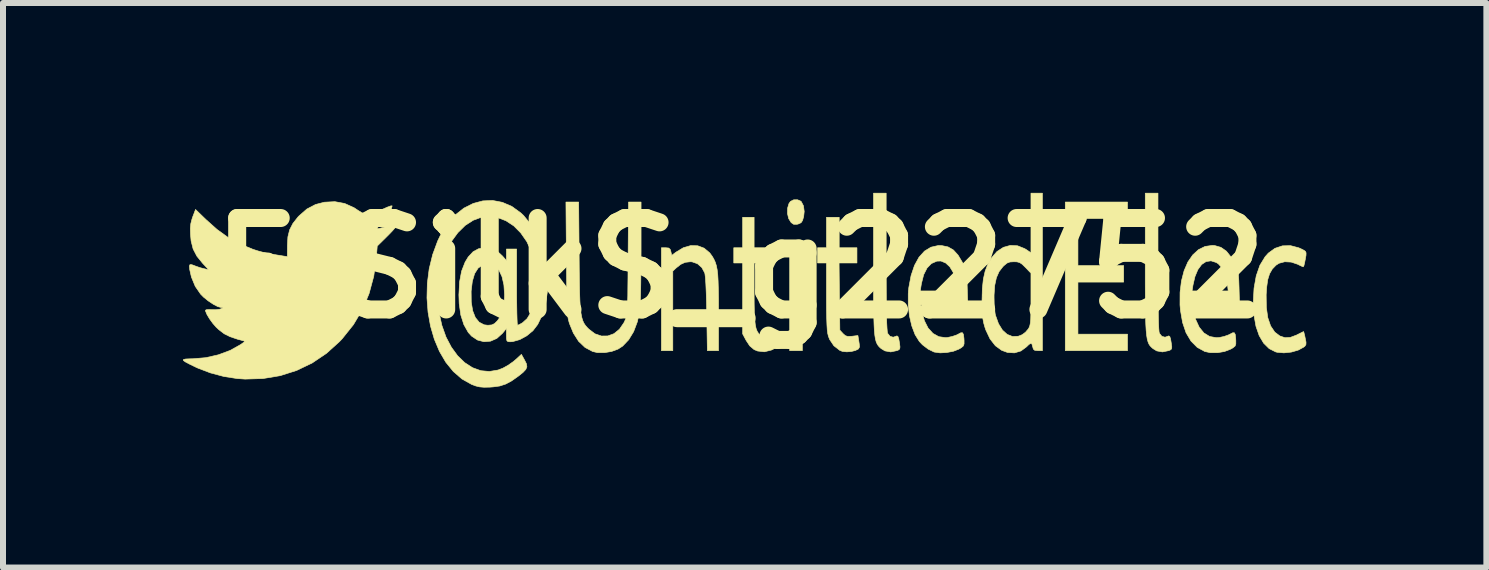
<source format=kicad_pcb>
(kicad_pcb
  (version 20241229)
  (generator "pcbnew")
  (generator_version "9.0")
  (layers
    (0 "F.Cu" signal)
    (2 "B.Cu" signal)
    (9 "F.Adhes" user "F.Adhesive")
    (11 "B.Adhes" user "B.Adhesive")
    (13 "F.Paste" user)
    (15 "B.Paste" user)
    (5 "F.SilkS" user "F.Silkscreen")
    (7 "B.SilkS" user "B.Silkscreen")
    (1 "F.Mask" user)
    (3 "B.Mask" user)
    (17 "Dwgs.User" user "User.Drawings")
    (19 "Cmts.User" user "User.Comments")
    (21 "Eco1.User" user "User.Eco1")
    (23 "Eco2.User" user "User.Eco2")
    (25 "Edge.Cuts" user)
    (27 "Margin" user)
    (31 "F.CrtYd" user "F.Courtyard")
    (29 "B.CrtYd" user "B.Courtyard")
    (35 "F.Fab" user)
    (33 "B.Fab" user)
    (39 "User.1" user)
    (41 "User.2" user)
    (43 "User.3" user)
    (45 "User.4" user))
  (footprint "F.SilkS_g22752"
    (layer "F.Cu")
    (at 9.285 1.418)
    (property "Reference" "F.SilkS_g22752" (at 0 0 0) (layer "F.SilkS") (effects (font (size 1.524 1.524) (thickness 0.3))))
    (attr through_hole)
    (fp_poly (pts (xy 1.037 1.376) (xy 0.826 1.376) (xy 0.826 -0.339) (xy 1.037 -0.339) (xy 1.037 1.376)) (stroke (width 0.01) (type solid)) (fill yes) (layer "F.SilkS"))
    (fp_poly (pts (xy 6.456 -0.826) (xy 5.63 -0.826) (xy 5.63 -0.042) (xy 6.392 -0.042) (xy 6.392 0.233) (xy 5.63 0.233) (xy 5.63 1.101) (xy 6.456 1.101) (xy 6.456 1.376) (xy 5.419 1.376) (xy 5.419 -1.101) (xy 6.456 -1.101) (xy 6.456 -0.826)) (stroke (width 0.01) (type solid)) (fill yes) (layer "F.SilkS"))
    (fp_poly (pts (xy 1.012 -1.115) (xy 1.02 -1.106) (xy 1.056 -1.036) (xy 1.068 -0.943) (xy 1.059 -0.859) (xy 1.04 -0.793) (xy 1.015 -0.756) (xy 0.972 -0.736) (xy 0.949 -0.73) (xy 0.892 -0.73) (xy 0.85 -0.759) (xy 0.809 -0.825) (xy 0.789 -0.91) (xy 0.791 -0.999) (xy 0.814 -1.076) (xy 0.839 -1.111) (xy 0.892 -1.138) (xy 0.956 -1.139) (xy 1.012 -1.115)) (stroke (width 0.01) (type solid)) (fill yes) (layer "F.SilkS"))
    (fp_poly (pts (xy 0.233 -0.339) (xy 0.55 -0.339) (xy 0.55 -0.085) (xy 0.233 -0.085) (xy 0.233 0.407) (xy 0.234 0.591) (xy 0.237 0.737) (xy 0.243 0.851) (xy 0.252 0.938) (xy 0.265 1.003) (xy 0.283 1.051) (xy 0.306 1.087) (xy 0.321 1.105) (xy 0.359 1.132) (xy 0.406 1.14) (xy 0.457 1.135) (xy 0.515 1.129) (xy 0.548 1.137) (xy 0.566 1.167) (xy 0.579 1.228) (xy 0.582 1.244) (xy 0.589 1.301) (xy 0.581 1.332) (xy 0.549 1.353) (xy 0.521 1.366) (xy 0.404 1.395) (xy 0.291 1.382) (xy 0.233 1.358) (xy 0.16 1.296) (xy 0.101 1.207) (xy 0.042 1.096) (xy 0.042 -0.085) (xy -0.106 -0.085) (xy -0.106 -0.339) (xy 0.042 -0.339) (xy 0.042 -0.847) (xy 0.233 -0.847) (xy 0.233 -0.339)) (stroke (width 0.01) (type solid)) (fill yes) (layer "F.SilkS"))
    (fp_poly (pts (xy 1.651 -0.339) (xy 1.947 -0.339) (xy 1.947 -0.085) (xy 1.649 -0.085) (xy 1.655 0.475) (xy 1.662 1.034) (xy 1.714 1.091) (xy 1.753 1.126) (xy 1.793 1.139) (xy 1.852 1.137) (xy 1.865 1.136) (xy 1.963 1.124) (xy 1.976 1.203) (xy 1.985 1.264) (xy 1.989 1.312) (xy 1.989 1.316) (xy 1.971 1.348) (xy 1.921 1.373) (xy 1.853 1.39) (xy 1.778 1.396) (xy 1.707 1.389) (xy 1.662 1.372) (xy 1.562 1.294) (xy 1.491 1.188) (xy 1.471 1.135) (xy 1.46 1.09) (xy 1.452 1.029) (xy 1.447 0.948) (xy 1.443 0.84) (xy 1.44 0.702) (xy 1.439 0.528) (xy 1.439 0.472) (xy 1.439 -0.085) (xy 1.291 -0.085) (xy 1.291 -0.339) (xy 1.439 -0.339) (xy 1.439 -0.847) (xy 1.651 -0.847) (xy 1.651 -0.339)) (stroke (width 0.01) (type solid)) (fill yes) (layer "F.SilkS"))
    (fp_poly (pts (xy 2.434 -0.107) (xy 2.435 0.176) (xy 2.436 0.417) (xy 2.437 0.619) (xy 2.44 0.783) (xy 2.443 0.911) (xy 2.448 1.003) (xy 2.453 1.062) (xy 2.458 1.087) (xy 2.498 1.137) (xy 2.551 1.152) (xy 2.588 1.14) (xy 2.614 1.13) (xy 2.631 1.142) (xy 2.644 1.181) (xy 2.657 1.254) (xy 2.664 1.315) (xy 2.659 1.348) (xy 2.637 1.366) (xy 2.615 1.375) (xy 2.51 1.397) (xy 2.414 1.38) (xy 2.351 1.342) (xy 2.325 1.319) (xy 2.303 1.295) (xy 2.284 1.266) (xy 2.268 1.23) (xy 2.255 1.182) (xy 2.245 1.12) (xy 2.237 1.04) (xy 2.232 0.938) (xy 2.228 0.813) (xy 2.225 0.659) (xy 2.223 0.474) (xy 2.223 0.254) (xy 2.223 -0.003) (xy 2.223 -0.089) (xy 2.223 -1.249) (xy 2.434 -1.249) (xy 2.434 -0.107)) (stroke (width 0.01) (type solid)) (fill yes) (layer "F.SilkS"))
    (fp_poly (pts (xy 6.964 -0.107) (xy 6.964 0.176) (xy 6.965 0.417) (xy 6.967 0.619) (xy 6.97 0.783) (xy 6.973 0.911) (xy 6.977 1.003) (xy 6.982 1.062) (xy 6.988 1.087) (xy 7.028 1.137) (xy 7.081 1.152) (xy 7.118 1.14) (xy 7.144 1.13) (xy 7.161 1.142) (xy 7.174 1.181) (xy 7.186 1.254) (xy 7.194 1.315) (xy 7.189 1.348) (xy 7.167 1.366) (xy 7.145 1.375) (xy 7.039 1.397) (xy 6.943 1.38) (xy 6.881 1.342) (xy 6.855 1.319) (xy 6.832 1.295) (xy 6.813 1.266) (xy 6.798 1.23) (xy 6.785 1.182) (xy 6.775 1.12) (xy 6.767 1.04) (xy 6.761 0.938) (xy 6.757 0.813) (xy 6.755 0.659) (xy 6.753 0.474) (xy 6.752 0.254) (xy 6.752 -0.003) (xy 6.752 -0.089) (xy 6.752 -1.249) (xy 6.964 -1.249) (xy 6.964 -0.107)) (stroke (width 0.01) (type solid)) (fill yes) (layer "F.SilkS"))
    (fp_poly (pts (xy -0.707 -0.372) (xy -0.6 -0.332) (xy -0.507 -0.254) (xy -0.466 -0.198) (xy -0.438 -0.15) (xy -0.415 -0.1) (xy -0.397 -0.044) (xy -0.383 0.025) (xy -0.373 0.109) (xy -0.367 0.216) (xy -0.363 0.349) (xy -0.36 0.514) (xy -0.36 0.716) (xy -0.36 0.742) (xy -0.36 1.376) (xy -0.546 1.376) (xy -0.556 0.767) (xy -0.56 0.574) (xy -0.565 0.407) (xy -0.571 0.27) (xy -0.578 0.166) (xy -0.586 0.099) (xy -0.59 0.081) (xy -0.638 -0.009) (xy -0.711 -0.073) (xy -0.8 -0.104) (xy -0.829 -0.106) (xy -0.916 -0.096) (xy -0.991 -0.062) (xy -1.064 -0.004) (xy -1.122 0.05) (xy -1.122 1.376) (xy -1.312 1.376) (xy -1.312 -0.339) (xy -1.24 -0.339) (xy -1.189 -0.334) (xy -1.164 -0.31) (xy -1.154 -0.275) (xy -1.14 -0.212) (xy -1.071 -0.264) (xy -0.947 -0.339) (xy -0.824 -0.375) (xy -0.707 -0.372)) (stroke (width 0.01) (type solid)) (fill yes) (layer "F.SilkS"))
    (fp_poly (pts (xy 9.31 -0.338) (xy 9.357 -0.317) (xy 9.398 -0.296) (xy 9.422 -0.278) (xy 9.432 -0.254) (xy 9.431 -0.213) (xy 9.419 -0.146) (xy 9.407 -0.085) (xy 9.396 -0.04) (xy 9.385 -0.021) (xy 9.385 -0.021) (xy 9.362 -0.03) (xy 9.315 -0.052) (xy 9.292 -0.064) (xy 9.185 -0.1) (xy 9.077 -0.106) (xy 8.98 -0.08) (xy 8.931 -0.048) (xy 8.869 0.016) (xy 8.824 0.094) (xy 8.793 0.193) (xy 8.775 0.321) (xy 8.767 0.445) (xy 8.77 0.654) (xy 8.794 0.827) (xy 8.841 0.964) (xy 8.91 1.067) (xy 8.996 1.132) (xy 9.081 1.16) (xy 9.17 1.155) (xy 9.274 1.116) (xy 9.283 1.111) (xy 9.341 1.082) (xy 9.38 1.063) (xy 9.391 1.058) (xy 9.397 1.077) (xy 9.409 1.125) (xy 9.418 1.169) (xy 9.431 1.234) (xy 9.43 1.273) (xy 9.415 1.298) (xy 9.393 1.317) (xy 9.301 1.367) (xy 9.186 1.4) (xy 9.063 1.413) (xy 8.95 1.403) (xy 8.926 1.397) (xy 8.817 1.342) (xy 8.725 1.251) (xy 8.651 1.126) (xy 8.597 0.97) (xy 8.564 0.785) (xy 8.552 0.574) (xy 8.552 0.572) (xy 8.565 0.335) (xy 8.602 0.128) (xy 8.663 -0.047) (xy 8.749 -0.188) (xy 8.803 -0.249) (xy 8.913 -0.329) (xy 9.039 -0.371) (xy 9.173 -0.374) (xy 9.31 -0.338)) (stroke (width 0.01) (type solid)) (fill yes) (layer "F.SilkS"))
    (fp_poly (pts (xy 7.907 -0.376) (xy 8.012 -0.346) (xy 8.104 -0.282) (xy 8.185 -0.18) (xy 8.233 -0.096) (xy 8.263 -0.035) (xy 8.284 0.016) (xy 8.298 0.068) (xy 8.306 0.129) (xy 8.311 0.212) (xy 8.315 0.326) (xy 8.315 0.332) (xy 8.323 0.614) (xy 7.536 0.614) (xy 7.548 0.683) (xy 7.59 0.852) (xy 7.651 0.985) (xy 7.729 1.081) (xy 7.825 1.14) (xy 7.937 1.16) (xy 7.985 1.157) (xy 8.065 1.14) (xy 8.141 1.113) (xy 8.163 1.102) (xy 8.209 1.078) (xy 8.237 1.078) (xy 8.252 1.107) (xy 8.259 1.17) (xy 8.261 1.207) (xy 8.261 1.264) (xy 8.249 1.299) (xy 8.214 1.328) (xy 8.174 1.351) (xy 8.073 1.39) (xy 7.956 1.41) (xy 7.838 1.41) (xy 7.744 1.39) (xy 7.618 1.321) (xy 7.514 1.216) (xy 7.432 1.078) (xy 7.374 0.907) (xy 7.339 0.705) (xy 7.331 0.614) (xy 7.332 0.405) (xy 7.335 0.381) (xy 7.532 0.381) (xy 8.134 0.381) (xy 8.12 0.251) (xy 8.093 0.118) (xy 8.041 0.008) (xy 7.97 -0.071) (xy 7.936 -0.093) (xy 7.848 -0.121) (xy 7.766 -0.109) (xy 7.692 -0.06) (xy 7.629 0.025) (xy 7.58 0.142) (xy 7.546 0.289) (xy 7.546 0.291) (xy 7.532 0.381) (xy 7.335 0.381) (xy 7.355 0.215) (xy 7.399 0.045) (xy 7.462 -0.101) (xy 7.543 -0.219) (xy 7.639 -0.307) (xy 7.749 -0.361) (xy 7.87 -0.378) (xy 7.907 -0.376)) (stroke (width 0.01) (type solid)) (fill yes) (layer "F.SilkS"))
    (fp_poly (pts (xy -2.683 -0.196) (xy -2.681 0.044) (xy -2.678 0.246) (xy -2.675 0.413) (xy -2.67 0.55) (xy -2.663 0.661) (xy -2.653 0.748) (xy -2.64 0.818) (xy -2.624 0.873) (xy -2.604 0.917) (xy -2.579 0.955) (xy -2.548 0.991) (xy -2.521 1.018) (xy -2.42 1.095) (xy -2.312 1.132) (xy -2.205 1.131) (xy -2.102 1.093) (xy -2.011 1.019) (xy -1.937 0.911) (xy -1.924 0.884) (xy -1.912 0.857) (xy -1.902 0.831) (xy -1.894 0.801) (xy -1.887 0.764) (xy -1.882 0.715) (xy -1.878 0.651) (xy -1.875 0.567) (xy -1.872 0.46) (xy -1.871 0.324) (xy -1.869 0.156) (xy -1.868 -0.048) (xy -1.867 -0.164) (xy -1.86 -1.101) (xy -1.651 -1.101) (xy -1.651 -0.27) (xy -1.652 -0.08) (xy -1.654 0.103) (xy -1.656 0.272) (xy -1.659 0.423) (xy -1.663 0.549) (xy -1.667 0.644) (xy -1.672 0.704) (xy -1.673 0.709) (xy -1.713 0.895) (xy -1.775 1.059) (xy -1.858 1.195) (xy -1.958 1.3) (xy -2.035 1.35) (xy -2.141 1.389) (xy -2.26 1.409) (xy -2.375 1.409) (xy -2.458 1.39) (xy -2.585 1.322) (xy -2.692 1.22) (xy -2.779 1.083) (xy -2.841 0.932) (xy -2.852 0.898) (xy -2.861 0.863) (xy -2.869 0.824) (xy -2.875 0.776) (xy -2.88 0.716) (xy -2.884 0.639) (xy -2.887 0.541) (xy -2.889 0.417) (xy -2.891 0.264) (xy -2.893 0.076) (xy -2.895 -0.149) (xy -2.895 -0.153) (xy -2.903 -1.101) (xy -2.691 -1.101) (xy -2.683 -0.196)) (stroke (width 0.01) (type solid)) (fill yes) (layer "F.SilkS"))
    (fp_poly (pts (xy 3.36 -0.375) (xy 3.465 -0.353) (xy 3.555 -0.301) (xy 3.633 -0.215) (xy 3.704 -0.096) (xy 3.734 -0.035) (xy 3.754 0.016) (xy 3.768 0.068) (xy 3.776 0.129) (xy 3.781 0.212) (xy 3.785 0.326) (xy 3.785 0.332) (xy 3.794 0.614) (xy 3.011 0.614) (xy 3.031 0.725) (xy 3.071 0.877) (xy 3.133 1) (xy 3.214 1.089) (xy 3.311 1.143) (xy 3.422 1.159) (xy 3.454 1.157) (xy 3.534 1.14) (xy 3.61 1.114) (xy 3.633 1.102) (xy 3.679 1.078) (xy 3.707 1.078) (xy 3.722 1.107) (xy 3.73 1.17) (xy 3.732 1.207) (xy 3.732 1.264) (xy 3.719 1.299) (xy 3.684 1.328) (xy 3.644 1.351) (xy 3.554 1.386) (xy 3.444 1.407) (xy 3.333 1.413) (xy 3.239 1.4) (xy 3.231 1.398) (xy 3.135 1.351) (xy 3.04 1.279) (xy 2.987 1.223) (xy 2.916 1.109) (xy 2.861 0.964) (xy 2.822 0.796) (xy 2.802 0.614) (xy 2.802 0.428) (xy 2.806 0.381) (xy 3.002 0.381) (xy 3.598 0.381) (xy 3.598 0.3) (xy 3.585 0.177) (xy 3.549 0.068) (xy 3.494 -0.022) (xy 3.426 -0.085) (xy 3.347 -0.118) (xy 3.279 -0.116) (xy 3.188 -0.076) (xy 3.115 -0.001) (xy 3.059 0.11) (xy 3.021 0.26) (xy 3.016 0.291) (xy 3.002 0.381) (xy 2.806 0.381) (xy 2.811 0.326) (xy 2.849 0.125) (xy 2.906 -0.044) (xy 2.981 -0.181) (xy 3.073 -0.283) (xy 3.18 -0.348) (xy 3.302 -0.376) (xy 3.36 -0.375)) (stroke (width 0.01) (type solid)) (fill yes) (layer "F.SilkS"))
    (fp_poly (pts (xy 5.038 1.376) (xy 4.963 1.376) (xy 4.911 1.371) (xy 4.887 1.35) (xy 4.876 1.312) (xy 4.863 1.266) (xy 4.845 1.253) (xy 4.813 1.273) (xy 4.773 1.312) (xy 4.68 1.381) (xy 4.572 1.413) (xy 4.456 1.406) (xy 4.36 1.371) (xy 4.254 1.294) (xy 4.165 1.18) (xy 4.095 1.032) (xy 4.08 0.988) (xy 4.06 0.918) (xy 4.047 0.851) (xy 4.038 0.775) (xy 4.034 0.68) (xy 4.032 0.555) (xy 4.032 0.529) (xy 4.033 0.491) (xy 4.232 0.491) (xy 4.234 0.592) (xy 4.241 0.689) (xy 4.251 0.765) (xy 4.256 0.787) (xy 4.306 0.927) (xy 4.372 1.034) (xy 4.451 1.105) (xy 4.539 1.14) (xy 4.635 1.136) (xy 4.701 1.11) (xy 4.756 1.069) (xy 4.804 1.013) (xy 4.806 1.01) (xy 4.82 0.983) (xy 4.83 0.952) (xy 4.838 0.909) (xy 4.843 0.85) (xy 4.845 0.767) (xy 4.847 0.654) (xy 4.847 0.514) (xy 4.847 0.085) (xy 4.756 -0.01) (xy 4.701 -0.064) (xy 4.659 -0.092) (xy 4.614 -0.104) (xy 4.563 -0.106) (xy 4.497 -0.102) (xy 4.449 -0.084) (xy 4.4 -0.044) (xy 4.381 -0.026) (xy 4.316 0.058) (xy 4.271 0.16) (xy 4.243 0.289) (xy 4.232 0.449) (xy 4.232 0.491) (xy 4.033 0.491) (xy 4.037 0.339) (xy 4.054 0.182) (xy 4.084 0.05) (xy 4.129 -0.066) (xy 4.189 -0.17) (xy 4.281 -0.276) (xy 4.388 -0.346) (xy 4.503 -0.378) (xy 4.623 -0.372) (xy 4.741 -0.325) (xy 4.771 -0.307) (xy 4.847 -0.255) (xy 4.847 -1.249) (xy 5.038 -1.249) (xy 5.038 1.376)) (stroke (width 0.01) (type solid)) (fill yes) (layer "F.SilkS"))
    (fp_poly (pts (xy -6.591 -1.077) (xy -6.434 -1.006) (xy -6.365 -0.96) (xy -6.3 -0.92) (xy -6.24 -0.9) (xy -6.174 -0.9) (xy -6.095 -0.921) (xy -5.992 -0.965) (xy -5.949 -0.985) (xy -5.879 -1.016) (xy -5.827 -1.035) (xy -5.801 -1.038) (xy -5.8 -1.035) (xy -5.813 -0.988) (xy -5.848 -0.921) (xy -5.898 -0.846) (xy -5.956 -0.775) (xy -5.98 -0.749) (xy -6.024 -0.701) (xy -6.046 -0.668) (xy -6.043 -0.656) (xy -6.01 -0.662) (xy -5.948 -0.678) (xy -5.87 -0.702) (xy -5.854 -0.707) (xy -5.775 -0.731) (xy -5.729 -0.744) (xy -5.71 -0.744) (xy -5.709 -0.732) (xy -5.719 -0.713) (xy -5.744 -0.679) (xy -5.791 -0.625) (xy -5.853 -0.56) (xy -5.895 -0.518) (xy -6.048 -0.367) (xy -6.063 -0.178) (xy -6.106 0.136) (xy -6.184 0.425) (xy -6.296 0.693) (xy -6.444 0.942) (xy -6.63 1.175) (xy -6.677 1.225) (xy -6.894 1.421) (xy -7.133 1.582) (xy -7.391 1.706) (xy -7.665 1.793) (xy -7.953 1.841) (xy -8.251 1.85) (xy -8.382 1.841) (xy -8.602 1.807) (xy -8.827 1.747) (xy -9.037 1.667) (xy -9.07 1.652) (xy -9.177 1.6) (xy -9.247 1.563) (xy -9.28 1.538) (xy -9.277 1.523) (xy -9.239 1.515) (xy -9.166 1.512) (xy -9.118 1.511) (xy -8.905 1.493) (xy -8.695 1.445) (xy -8.499 1.372) (xy -8.329 1.277) (xy -8.314 1.267) (xy -8.249 1.22) (xy -8.374 1.186) (xy -8.499 1.144) (xy -8.598 1.095) (xy -8.686 1.028) (xy -8.732 0.985) (xy -8.788 0.921) (xy -8.841 0.848) (xy -8.884 0.777) (xy -8.908 0.721) (xy -8.911 0.702) (xy -8.892 0.693) (xy -8.844 0.691) (xy -8.811 0.693) (xy -8.738 0.694) (xy -8.675 0.686) (xy -8.657 0.68) (xy -8.624 0.665) (xy -8.628 0.659) (xy -8.647 0.657) (xy -8.705 0.642) (xy -8.781 0.602) (xy -8.864 0.547) (xy -8.943 0.483) (xy -8.992 0.433) (xy -9.081 0.304) (xy -9.145 0.149) (xy -9.173 0.026) (xy -9.179 -0.032) (xy -9.169 -0.058) (xy -9.136 -0.056) (xy -9.078 -0.034) (xy -9.004 -0.008) (xy -8.932 0.011) (xy -8.858 0.027) (xy -8.96 -0.083) (xy -9.054 -0.199) (xy -9.116 -0.318) (xy -9.15 -0.452) (xy -9.16 -0.561) (xy -9.163 -0.663) (xy -9.155 -0.741) (xy -9.136 -0.815) (xy -9.123 -0.854) (xy -9.076 -0.977) (xy -8.904 -0.81) (xy -8.718 -0.644) (xy -8.534 -0.511) (xy -8.339 -0.403) (xy -8.122 -0.314) (xy -8.117 -0.312) (xy -8.036 -0.286) (xy -7.951 -0.263) (xy -7.852 -0.241) (xy -7.729 -0.22) (xy -7.62 -0.202) (xy -7.546 -0.191) (xy -7.545 -0.376) (xy -7.537 -0.52) (xy -7.508 -0.637) (xy -7.454 -0.743) (xy -7.37 -0.85) (xy -7.352 -0.869) (xy -7.221 -0.984) (xy -7.076 -1.06) (xy -6.929 -1.098) (xy -6.754 -1.107) (xy -6.591 -1.077)) (stroke (width 0.01) (type solid)) (fill yes) (layer "F.SilkS"))
    (fp_poly (pts (xy -3.963 -1.096) (xy -3.805 -1.028) (xy -3.656 -0.92) (xy -3.61 -0.877) (xy -3.477 -0.715) (xy -3.37 -0.526) (xy -3.288 -0.317) (xy -3.233 -0.094) (xy -3.206 0.135) (xy -3.208 0.363) (xy -3.239 0.583) (xy -3.301 0.789) (xy -3.374 0.94) (xy -3.453 1.043) (xy -3.557 1.129) (xy -3.673 1.192) (xy -3.79 1.225) (xy -3.834 1.228) (xy -3.869 1.225) (xy -3.887 1.211) (xy -3.894 1.174) (xy -3.895 1.117) (xy -3.895 1.006) (xy -3.962 1.088) (xy -4.055 1.172) (xy -4.16 1.218) (xy -4.27 1.227) (xy -4.377 1.199) (xy -4.476 1.133) (xy -4.531 1.072) (xy -4.604 0.942) (xy -4.655 0.783) (xy -4.682 0.593) (xy -4.687 0.445) (xy -4.684 0.394) (xy -4.483 0.394) (xy -4.481 0.568) (xy -4.457 0.712) (xy -4.413 0.824) (xy -4.349 0.902) (xy -4.267 0.945) (xy -4.205 0.953) (xy -4.139 0.947) (xy -4.093 0.925) (xy -4.047 0.88) (xy -3.993 0.805) (xy -3.956 0.721) (xy -3.935 0.619) (xy -3.927 0.487) (xy -3.926 0.445) (xy -3.937 0.28) (xy -3.968 0.144) (xy -4.017 0.039) (xy -4.084 -0.032) (xy -4.167 -0.067) (xy -4.197 -0.07) (xy -4.291 -0.053) (xy -4.367 0.001) (xy -4.425 0.092) (xy -4.463 0.22) (xy -4.483 0.384) (xy -4.483 0.394) (xy -4.684 0.394) (xy -4.676 0.232) (xy -4.642 0.051) (xy -4.583 -0.1) (xy -4.531 -0.186) (xy -4.45 -0.273) (xy -4.36 -0.322) (xy -4.25 -0.339) (xy -4.244 -0.339) (xy -4.138 -0.325) (xy -4.048 -0.282) (xy -3.963 -0.203) (xy -3.961 -0.201) (xy -3.895 -0.126) (xy -3.895 -0.318) (xy -3.725 -0.318) (xy -3.725 0.318) (xy -3.725 0.477) (xy -3.723 0.621) (xy -3.721 0.746) (xy -3.718 0.846) (xy -3.715 0.915) (xy -3.711 0.95) (xy -3.709 0.952) (xy -3.682 0.942) (xy -3.636 0.917) (xy -3.626 0.911) (xy -3.55 0.842) (xy -3.487 0.738) (xy -3.438 0.608) (xy -3.405 0.456) (xy -3.389 0.291) (xy -3.392 0.119) (xy -3.415 -0.054) (xy -3.419 -0.073) (xy -3.475 -0.269) (xy -3.555 -0.441) (xy -3.656 -0.586) (xy -3.772 -0.703) (xy -3.903 -0.789) (xy -4.043 -0.842) (xy -4.189 -0.859) (xy -4.339 -0.838) (xy -4.449 -0.797) (xy -4.581 -0.712) (xy -4.704 -0.591) (xy -4.814 -0.441) (xy -4.905 -0.268) (xy -4.975 -0.078) (xy -4.984 -0.042) (xy -5.007 0.075) (xy -5.023 0.221) (xy -5.032 0.379) (xy -5.033 0.535) (xy -5.026 0.675) (xy -5.018 0.74) (xy -4.971 0.955) (xy -4.902 1.149) (xy -4.813 1.318) (xy -4.708 1.462) (xy -4.59 1.576) (xy -4.46 1.66) (xy -4.322 1.71) (xy -4.179 1.723) (xy -4.034 1.699) (xy -3.954 1.668) (xy -3.869 1.621) (xy -3.782 1.56) (xy -3.74 1.525) (xy -3.645 1.438) (xy -3.591 1.536) (xy -3.561 1.596) (xy -3.554 1.645) (xy -3.572 1.689) (xy -3.619 1.739) (xy -3.698 1.802) (xy -3.81 1.881) (xy -3.908 1.933) (xy -4.006 1.965) (xy -4.116 1.98) (xy -4.17 1.984) (xy -4.268 1.986) (xy -4.34 1.98) (xy -4.404 1.965) (xy -4.474 1.939) (xy -4.636 1.848) (xy -4.78 1.723) (xy -4.905 1.569) (xy -5.011 1.388) (xy -5.096 1.186) (xy -5.16 0.967) (xy -5.201 0.736) (xy -5.219 0.497) (xy -5.213 0.254) (xy -5.182 0.012) (xy -5.124 -0.225) (xy -5.04 -0.453) (xy -4.989 -0.559) (xy -4.877 -0.739) (xy -4.747 -0.886) (xy -4.604 -0.999) (xy -4.449 -1.077) (xy -4.289 -1.12) (xy -4.125 -1.127) (xy -3.963 -1.096)) (stroke (width 0.01) (type solid)) (fill yes) (layer "F.SilkS")))
  (gr_rect
    (start -3 -3)
    (end 21.722 6.409)
    (stroke (width 0.1) (type default))
    (fill no)
    (layer "Edge.Cuts")))
</source>
